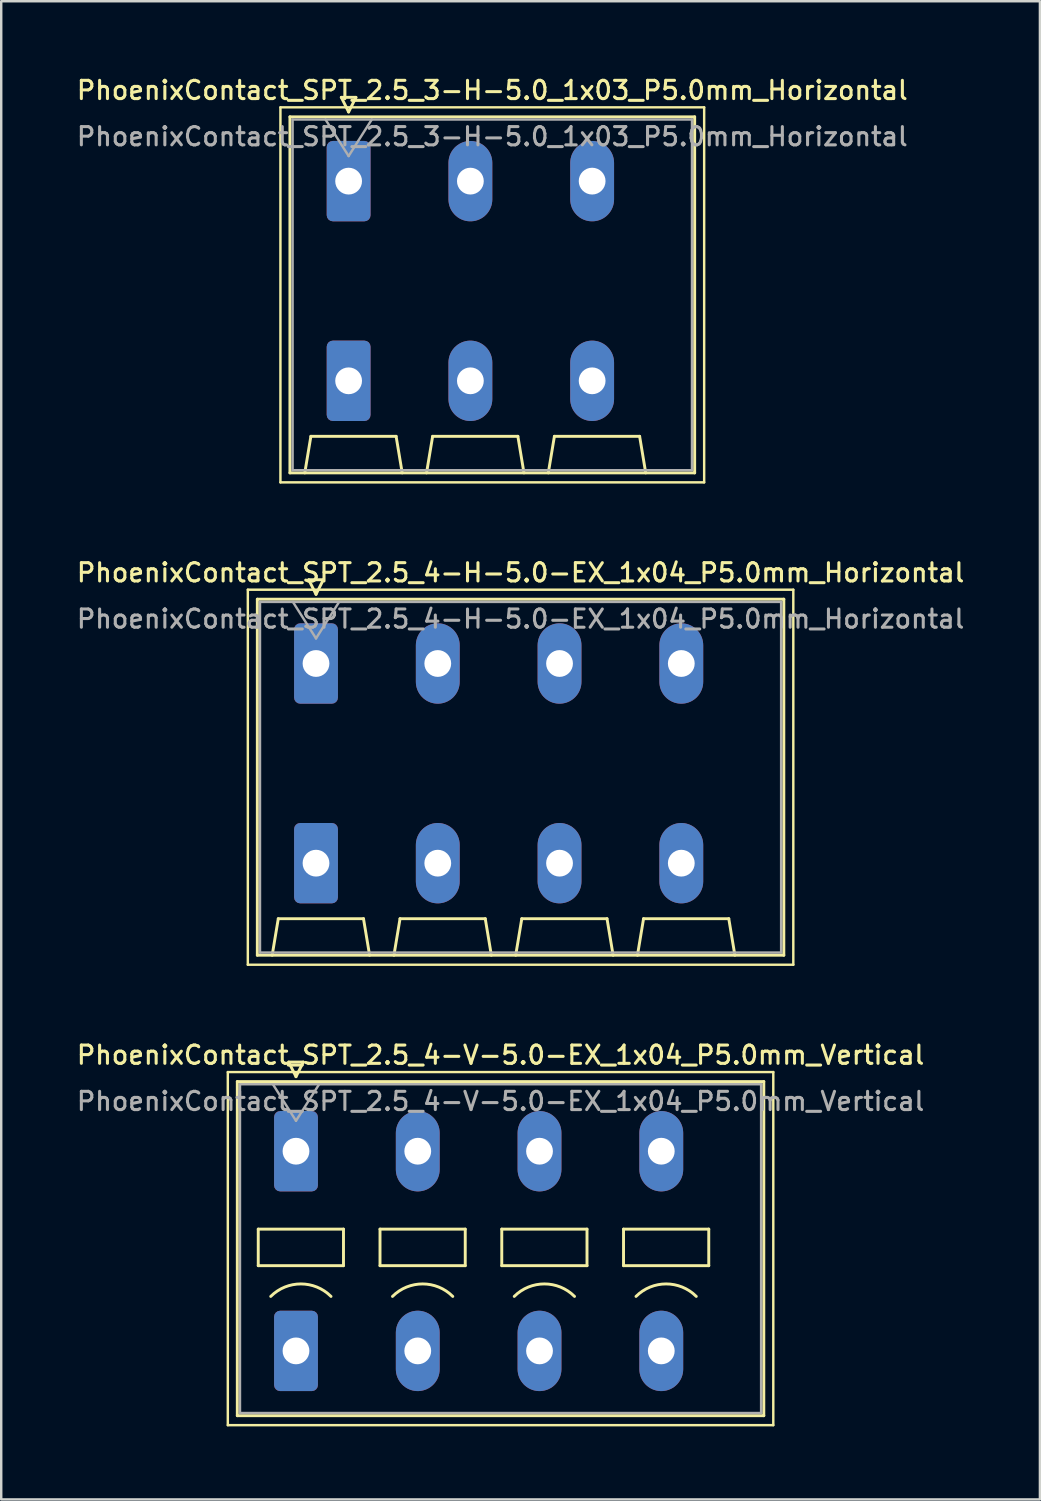
<source format=kicad_pcb>
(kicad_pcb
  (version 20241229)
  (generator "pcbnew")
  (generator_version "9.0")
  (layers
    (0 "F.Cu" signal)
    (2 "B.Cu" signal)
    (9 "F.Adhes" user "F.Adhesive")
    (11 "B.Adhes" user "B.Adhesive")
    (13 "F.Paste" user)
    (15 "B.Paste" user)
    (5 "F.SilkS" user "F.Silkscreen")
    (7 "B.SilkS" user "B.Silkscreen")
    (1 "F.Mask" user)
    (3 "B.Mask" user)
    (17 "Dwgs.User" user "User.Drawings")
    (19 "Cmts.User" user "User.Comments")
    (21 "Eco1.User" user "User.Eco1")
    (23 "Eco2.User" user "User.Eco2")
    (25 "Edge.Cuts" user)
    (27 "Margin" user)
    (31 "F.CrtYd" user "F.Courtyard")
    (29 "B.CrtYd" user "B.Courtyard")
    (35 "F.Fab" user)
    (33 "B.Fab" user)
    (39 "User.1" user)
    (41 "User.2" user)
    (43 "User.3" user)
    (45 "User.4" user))
  (footprint "PhoenixContact_SPT_2.5_4-V-5.0-EX_1x04_P5.0mm_Vertical"
    (layer "F.Cu")
    (at 9.105 44.224)
    (property "Reference" "PhoenixContact_SPT_2.5_4-V-5.0-EX_1x04_P5.0mm_Vertical" (at 8.4 -3.95 0) (layer "F.SilkS") (effects (font (size 0.75 0.75) (thickness 0.125))))
    (attr through_hole)
    (fp_line (start -2.8 -3.25) (end -2.8 11.25) (stroke (width 0.1) (type solid)) (layer "F.SilkS"))
    (fp_line (start -2.8 11.25) (end 19.6 11.25) (stroke (width 0.1) (type solid)) (layer "F.SilkS"))
    (fp_line (start -2.41 -2.86) (end 19.21 -2.86) (stroke (width 0.12) (type solid)) (layer "F.SilkS"))
    (fp_line (start -2.41 10.86) (end -2.41 -2.86) (stroke (width 0.12) (type solid)) (layer "F.SilkS"))
    (fp_line (start -1.55 3.2) (end -1.55 4.7) (stroke (width 0.12) (type solid)) (layer "F.SilkS"))
    (fp_line (start -1.55 4.7) (end 1.95 4.7) (stroke (width 0.12) (type solid)) (layer "F.SilkS"))
    (fp_line (start -0.3 -3.66) (end 0 -3.06) (stroke (width 0.12) (type solid)) (layer "F.SilkS"))
    (fp_line (start -0.3 -3.66) (end 0.3 -3.66) (stroke (width 0.12) (type solid)) (layer "F.SilkS"))
    (fp_line (start 0.3 -3.66) (end 0 -3.06) (stroke (width 0.12) (type solid)) (layer "F.SilkS"))
    (fp_line (start 1.95 3.2) (end -1.55 3.2) (stroke (width 0.12) (type solid)) (layer "F.SilkS"))
    (fp_line (start 1.95 4.7) (end 1.95 3.2) (stroke (width 0.12) (type solid)) (layer "F.SilkS"))
    (fp_line (start 3.45 3.2) (end 3.45 4.7) (stroke (width 0.12) (type solid)) (layer "F.SilkS"))
    (fp_line (start 3.45 4.7) (end 6.95 4.7) (stroke (width 0.12) (type solid)) (layer "F.SilkS"))
    (fp_line (start 6.95 3.2) (end 3.45 3.2) (stroke (width 0.12) (type solid)) (layer "F.SilkS"))
    (fp_line (start 6.95 4.7) (end 6.95 3.2) (stroke (width 0.12) (type solid)) (layer "F.SilkS"))
    (fp_line (start 8.45 3.2) (end 8.45 4.7) (stroke (width 0.12) (type solid)) (layer "F.SilkS"))
    (fp_line (start 8.45 4.7) (end 11.95 4.7) (stroke (width 0.12) (type solid)) (layer "F.SilkS"))
    (fp_line (start 11.95 3.2) (end 8.45 3.2) (stroke (width 0.12) (type solid)) (layer "F.SilkS"))
    (fp_line (start 11.95 4.7) (end 11.95 3.2) (stroke (width 0.12) (type solid)) (layer "F.SilkS"))
    (fp_line (start 13.45 3.2) (end 13.45 4.7) (stroke (width 0.12) (type solid)) (layer "F.SilkS"))
    (fp_line (start 13.45 4.7) (end 16.95 4.7) (stroke (width 0.12) (type solid)) (layer "F.SilkS"))
    (fp_line (start 16.95 3.2) (end 13.45 3.2) (stroke (width 0.12) (type solid)) (layer "F.SilkS"))
    (fp_line (start 16.95 4.7) (end 16.95 3.2) (stroke (width 0.12) (type solid)) (layer "F.SilkS"))
    (fp_line (start 19.21 -2.86) (end 19.21 10.86) (stroke (width 0.12) (type solid)) (layer "F.SilkS"))
    (fp_line (start 19.21 10.86) (end -2.41 10.86) (stroke (width 0.12) (type solid)) (layer "F.SilkS"))
    (fp_line (start 19.6 -3.25) (end -2.8 -3.25) (stroke (width 0.1) (type solid)) (layer "F.SilkS"))
    (fp_line (start 19.6 11.25) (end 19.6 -3.25) (stroke (width 0.1) (type solid)) (layer "F.SilkS"))
    (fp_arc (start -1.037437 5.962563) (mid 0.2 5.45) (end 1.437437 5.962563) (stroke (width 0.12) (type solid)) (layer "F.SilkS"))
    (fp_arc (start 3.962563 5.962563) (mid 5.2 5.45) (end 6.437437 5.962563) (stroke (width 0.12) (type solid)) (layer "F.SilkS"))
    (fp_arc (start 8.962563 5.962563) (mid 10.2 5.45) (end 11.437437 5.962563) (stroke (width 0.12) (type solid)) (layer "F.SilkS"))
    (fp_arc (start 13.962563 5.962563) (mid 15.2 5.45) (end 16.437437 5.962563) (stroke (width 0.12) (type solid)) (layer "F.SilkS"))
    (fp_line (start -2.3 -2.75) (end -2.3 10.75) (stroke (width 0.1) (type solid)) (layer "F.Fab"))
    (fp_line (start -2.3 10.75) (end 19.1 10.75) (stroke (width 0.1) (type solid)) (layer "F.Fab"))
    (fp_line (start -0.95 -2.75) (end 0 -1.25) (stroke (width 0.1) (type solid)) (layer "F.Fab"))
    (fp_line (start 0.95 -2.75) (end 0 -1.25) (stroke (width 0.1) (type solid)) (layer "F.Fab"))
    (fp_line (start 19.1 -2.75) (end -2.3 -2.75) (stroke (width 0.1) (type solid)) (layer "F.Fab"))
    (fp_line (start 19.1 10.75) (end 19.1 -2.75) (stroke (width 0.1) (type solid)) (layer "F.Fab"))
    (fp_text user "${REFERENCE}" (at 8.4 -2.05 0) (layer "F.Fab") (effects (font (size 0.75 0.75) (thickness 0.125))))
    (pad "1" thru_hole roundrect (at 0 0) (size 1.8 3.3) (drill 1.1) (layers "*.Cu" "*.Mask") (roundrect_rratio 0.139))
    (pad "1" thru_hole roundrect (at 0 8.2) (size 1.8 3.3) (drill 1.1) (layers "*.Cu" "*.Mask") (roundrect_rratio 0.139))
    (pad "2" thru_hole oval (at 5 0) (size 1.8 3.3) (drill 1.1) (layers "*.Cu" "*.Mask"))
    (pad "2" thru_hole oval (at 5 8.2) (size 1.8 3.3) (drill 1.1) (layers "*.Cu" "*.Mask"))
    (pad "3" thru_hole oval (at 10 0) (size 1.8 3.3) (drill 1.1) (layers "*.Cu" "*.Mask"))
    (pad "3" thru_hole oval (at 10 8.2) (size 1.8 3.3) (drill 1.1) (layers "*.Cu" "*.Mask"))
    (pad "4" thru_hole oval (at 15 0) (size 1.8 3.3) (drill 1.1) (layers "*.Cu" "*.Mask"))
    (pad "4" thru_hole oval (at 15 8.2) (size 1.8 3.3) (drill 1.1) (layers "*.Cu" "*.Mask")))
  (footprint "PhoenixContact_SPT_2.5_4-H-5.0-EX_1x04_P5.0mm_Horizontal"
    (layer "F.Cu")
    (at 9.927 24.196)
    (property "Reference" "PhoenixContact_SPT_2.5_4-H-5.0-EX_1x04_P5.0mm_Horizontal" (at 8.4 -3.73 0) (layer "F.SilkS") (effects (font (size 0.75 0.75) (thickness 0.125))))
    (attr through_hole)
    (fp_line (start -2.8 -3.03) (end -2.8 12.37) (stroke (width 0.1) (type solid)) (layer "F.SilkS"))
    (fp_line (start -2.8 12.37) (end 19.6 12.37) (stroke (width 0.1) (type solid)) (layer "F.SilkS"))
    (fp_line (start -2.41 -2.64) (end 19.21 -2.64) (stroke (width 0.12) (type solid)) (layer "F.SilkS"))
    (fp_line (start -2.41 11.98) (end -2.41 -2.64) (stroke (width 0.12) (type solid)) (layer "F.SilkS"))
    (fp_line (start -1.8 11.98) (end -1.55 10.48) (stroke (width 0.12) (type solid)) (layer "F.SilkS"))
    (fp_line (start -1.55 10.48) (end 1.95 10.48) (stroke (width 0.12) (type solid)) (layer "F.SilkS"))
    (fp_line (start -0.3 -3.44) (end 0 -2.84) (stroke (width 0.12) (type solid)) (layer "F.SilkS"))
    (fp_line (start -0.3 -3.44) (end 0.3 -3.44) (stroke (width 0.12) (type solid)) (layer "F.SilkS"))
    (fp_line (start 0.3 -3.44) (end 0 -2.84) (stroke (width 0.12) (type solid)) (layer "F.SilkS"))
    (fp_line (start 2.2 11.98) (end 1.95 10.48) (stroke (width 0.12) (type solid)) (layer "F.SilkS"))
    (fp_line (start 3.2 11.98) (end 3.45 10.48) (stroke (width 0.12) (type solid)) (layer "F.SilkS"))
    (fp_line (start 3.45 10.48) (end 6.95 10.48) (stroke (width 0.12) (type solid)) (layer "F.SilkS"))
    (fp_line (start 7.2 11.98) (end 6.95 10.48) (stroke (width 0.12) (type solid)) (layer "F.SilkS"))
    (fp_line (start 8.2 11.98) (end 8.45 10.48) (stroke (width 0.12) (type solid)) (layer "F.SilkS"))
    (fp_line (start 8.45 10.48) (end 11.95 10.48) (stroke (width 0.12) (type solid)) (layer "F.SilkS"))
    (fp_line (start 12.2 11.98) (end 11.95 10.48) (stroke (width 0.12) (type solid)) (layer "F.SilkS"))
    (fp_line (start 13.2 11.98) (end 13.45 10.48) (stroke (width 0.12) (type solid)) (layer "F.SilkS"))
    (fp_line (start 13.45 10.48) (end 16.95 10.48) (stroke (width 0.12) (type solid)) (layer "F.SilkS"))
    (fp_line (start 17.2 11.98) (end 16.95 10.48) (stroke (width 0.12) (type solid)) (layer "F.SilkS"))
    (fp_line (start 19.21 -2.64) (end 19.21 11.98) (stroke (width 0.12) (type solid)) (layer "F.SilkS"))
    (fp_line (start 19.21 11.98) (end -2.41 11.98) (stroke (width 0.12) (type solid)) (layer "F.SilkS"))
    (fp_line (start 19.6 -3.03) (end -2.8 -3.03) (stroke (width 0.1) (type solid)) (layer "F.SilkS"))
    (fp_line (start 19.6 12.37) (end 19.6 -3.03) (stroke (width 0.1) (type solid)) (layer "F.SilkS"))
    (fp_line (start -2.3 -2.53) (end -2.3 11.87) (stroke (width 0.1) (type solid)) (layer "F.Fab"))
    (fp_line (start -2.3 11.87) (end 19.1 11.87) (stroke (width 0.1) (type solid)) (layer "F.Fab"))
    (fp_line (start -0.95 -2.53) (end 0 -1.03) (stroke (width 0.1) (type solid)) (layer "F.Fab"))
    (fp_line (start 0.95 -2.53) (end 0 -1.03) (stroke (width 0.1) (type solid)) (layer "F.Fab"))
    (fp_line (start 19.1 -2.53) (end -2.3 -2.53) (stroke (width 0.1) (type solid)) (layer "F.Fab"))
    (fp_line (start 19.1 11.87) (end 19.1 -2.53) (stroke (width 0.1) (type solid)) (layer "F.Fab"))
    (fp_text user "${REFERENCE}" (at 8.4 -1.83 0) (layer "F.Fab") (effects (font (size 0.75 0.75) (thickness 0.125))))
    (pad "1" thru_hole roundrect (at 0 0) (size 1.8 3.3) (drill 1.1) (layers "*.Cu" "*.Mask") (roundrect_rratio 0.139))
    (pad "1" thru_hole roundrect (at 0 8.2) (size 1.8 3.3) (drill 1.1) (layers "*.Cu" "*.Mask") (roundrect_rratio 0.139))
    (pad "2" thru_hole oval (at 5 0) (size 1.8 3.3) (drill 1.1) (layers "*.Cu" "*.Mask"))
    (pad "2" thru_hole oval (at 5 8.2) (size 1.8 3.3) (drill 1.1) (layers "*.Cu" "*.Mask"))
    (pad "3" thru_hole oval (at 10 0) (size 1.8 3.3) (drill 1.1) (layers "*.Cu" "*.Mask"))
    (pad "3" thru_hole oval (at 10 8.2) (size 1.8 3.3) (drill 1.1) (layers "*.Cu" "*.Mask"))
    (pad "4" thru_hole oval (at 15 0) (size 1.8 3.3) (drill 1.1) (layers "*.Cu" "*.Mask"))
    (pad "4" thru_hole oval (at 15 8.2) (size 1.8 3.3) (drill 1.1) (layers "*.Cu" "*.Mask")))
  (footprint "PhoenixContact_SPT_2.5_3-H-5.0_1x03_P5.0mm_Horizontal"
    (layer "F.Cu")
    (at 11.266 4.388)
    (property "Reference" "PhoenixContact_SPT_2.5_3-H-5.0_1x03_P5.0mm_Horizontal" (at 5.9 -3.73 0) (layer "F.SilkS") (effects (font (size 0.75 0.75) (thickness 0.125))))
    (attr through_hole)
    (fp_line (start -2.8 -3.03) (end -2.8 12.37) (stroke (width 0.1) (type solid)) (layer "F.SilkS"))
    (fp_line (start -2.8 12.37) (end 14.6 12.37) (stroke (width 0.1) (type solid)) (layer "F.SilkS"))
    (fp_line (start -2.41 -2.64) (end 14.21 -2.64) (stroke (width 0.12) (type solid)) (layer "F.SilkS"))
    (fp_line (start -2.41 11.98) (end -2.41 -2.64) (stroke (width 0.12) (type solid)) (layer "F.SilkS"))
    (fp_line (start -1.8 11.98) (end -1.55 10.48) (stroke (width 0.12) (type solid)) (layer "F.SilkS"))
    (fp_line (start -1.55 10.48) (end 1.95 10.48) (stroke (width 0.12) (type solid)) (layer "F.SilkS"))
    (fp_line (start -0.3 -3.44) (end 0 -2.84) (stroke (width 0.12) (type solid)) (layer "F.SilkS"))
    (fp_line (start -0.3 -3.44) (end 0.3 -3.44) (stroke (width 0.12) (type solid)) (layer "F.SilkS"))
    (fp_line (start 0.3 -3.44) (end 0 -2.84) (stroke (width 0.12) (type solid)) (layer "F.SilkS"))
    (fp_line (start 2.2 11.98) (end 1.95 10.48) (stroke (width 0.12) (type solid)) (layer "F.SilkS"))
    (fp_line (start 3.2 11.98) (end 3.45 10.48) (stroke (width 0.12) (type solid)) (layer "F.SilkS"))
    (fp_line (start 3.45 10.48) (end 6.95 10.48) (stroke (width 0.12) (type solid)) (layer "F.SilkS"))
    (fp_line (start 7.2 11.98) (end 6.95 10.48) (stroke (width 0.12) (type solid)) (layer "F.SilkS"))
    (fp_line (start 8.2 11.98) (end 8.45 10.48) (stroke (width 0.12) (type solid)) (layer "F.SilkS"))
    (fp_line (start 8.45 10.48) (end 11.95 10.48) (stroke (width 0.12) (type solid)) (layer "F.SilkS"))
    (fp_line (start 12.2 11.98) (end 11.95 10.48) (stroke (width 0.12) (type solid)) (layer "F.SilkS"))
    (fp_line (start 14.21 -2.64) (end 14.21 11.98) (stroke (width 0.12) (type solid)) (layer "F.SilkS"))
    (fp_line (start 14.21 11.98) (end -2.41 11.98) (stroke (width 0.12) (type solid)) (layer "F.SilkS"))
    (fp_line (start 14.6 -3.03) (end -2.8 -3.03) (stroke (width 0.1) (type solid)) (layer "F.SilkS"))
    (fp_line (start 14.6 12.37) (end 14.6 -3.03) (stroke (width 0.1) (type solid)) (layer "F.SilkS"))
    (fp_line (start -2.3 -2.53) (end -2.3 11.87) (stroke (width 0.1) (type solid)) (layer "F.Fab"))
    (fp_line (start -2.3 11.87) (end 14.1 11.87) (stroke (width 0.1) (type solid)) (layer "F.Fab"))
    (fp_line (start -0.95 -2.53) (end 0 -1.03) (stroke (width 0.1) (type solid)) (layer "F.Fab"))
    (fp_line (start 0.95 -2.53) (end 0 -1.03) (stroke (width 0.1) (type solid)) (layer "F.Fab"))
    (fp_line (start 14.1 -2.53) (end -2.3 -2.53) (stroke (width 0.1) (type solid)) (layer "F.Fab"))
    (fp_line (start 14.1 11.87) (end 14.1 -2.53) (stroke (width 0.1) (type solid)) (layer "F.Fab"))
    (fp_text user "${REFERENCE}" (at 5.9 -1.83 0) (layer "F.Fab") (effects (font (size 0.75 0.75) (thickness 0.125))))
    (pad "1" thru_hole roundrect (at 0 0) (size 1.8 3.3) (drill 1.1) (layers "*.Cu" "*.Mask") (roundrect_rratio 0.139))
    (pad "1" thru_hole roundrect (at 0 8.2) (size 1.8 3.3) (drill 1.1) (layers "*.Cu" "*.Mask") (roundrect_rratio 0.139))
    (pad "2" thru_hole oval (at 5 0) (size 1.8 3.3) (drill 1.1) (layers "*.Cu" "*.Mask"))
    (pad "2" thru_hole oval (at 5 8.2) (size 1.8 3.3) (drill 1.1) (layers "*.Cu" "*.Mask"))
    (pad "3" thru_hole oval (at 10 0) (size 1.8 3.3) (drill 1.1) (layers "*.Cu" "*.Mask"))
    (pad "3" thru_hole oval (at 10 8.2) (size 1.8 3.3) (drill 1.1) (layers "*.Cu" "*.Mask")))
  (gr_rect
    (start -3 -3)
    (end 39.654 58.524)
    (stroke (width 0.1) (type default))
    (fill no)
    (layer "Edge.Cuts")))
</source>
